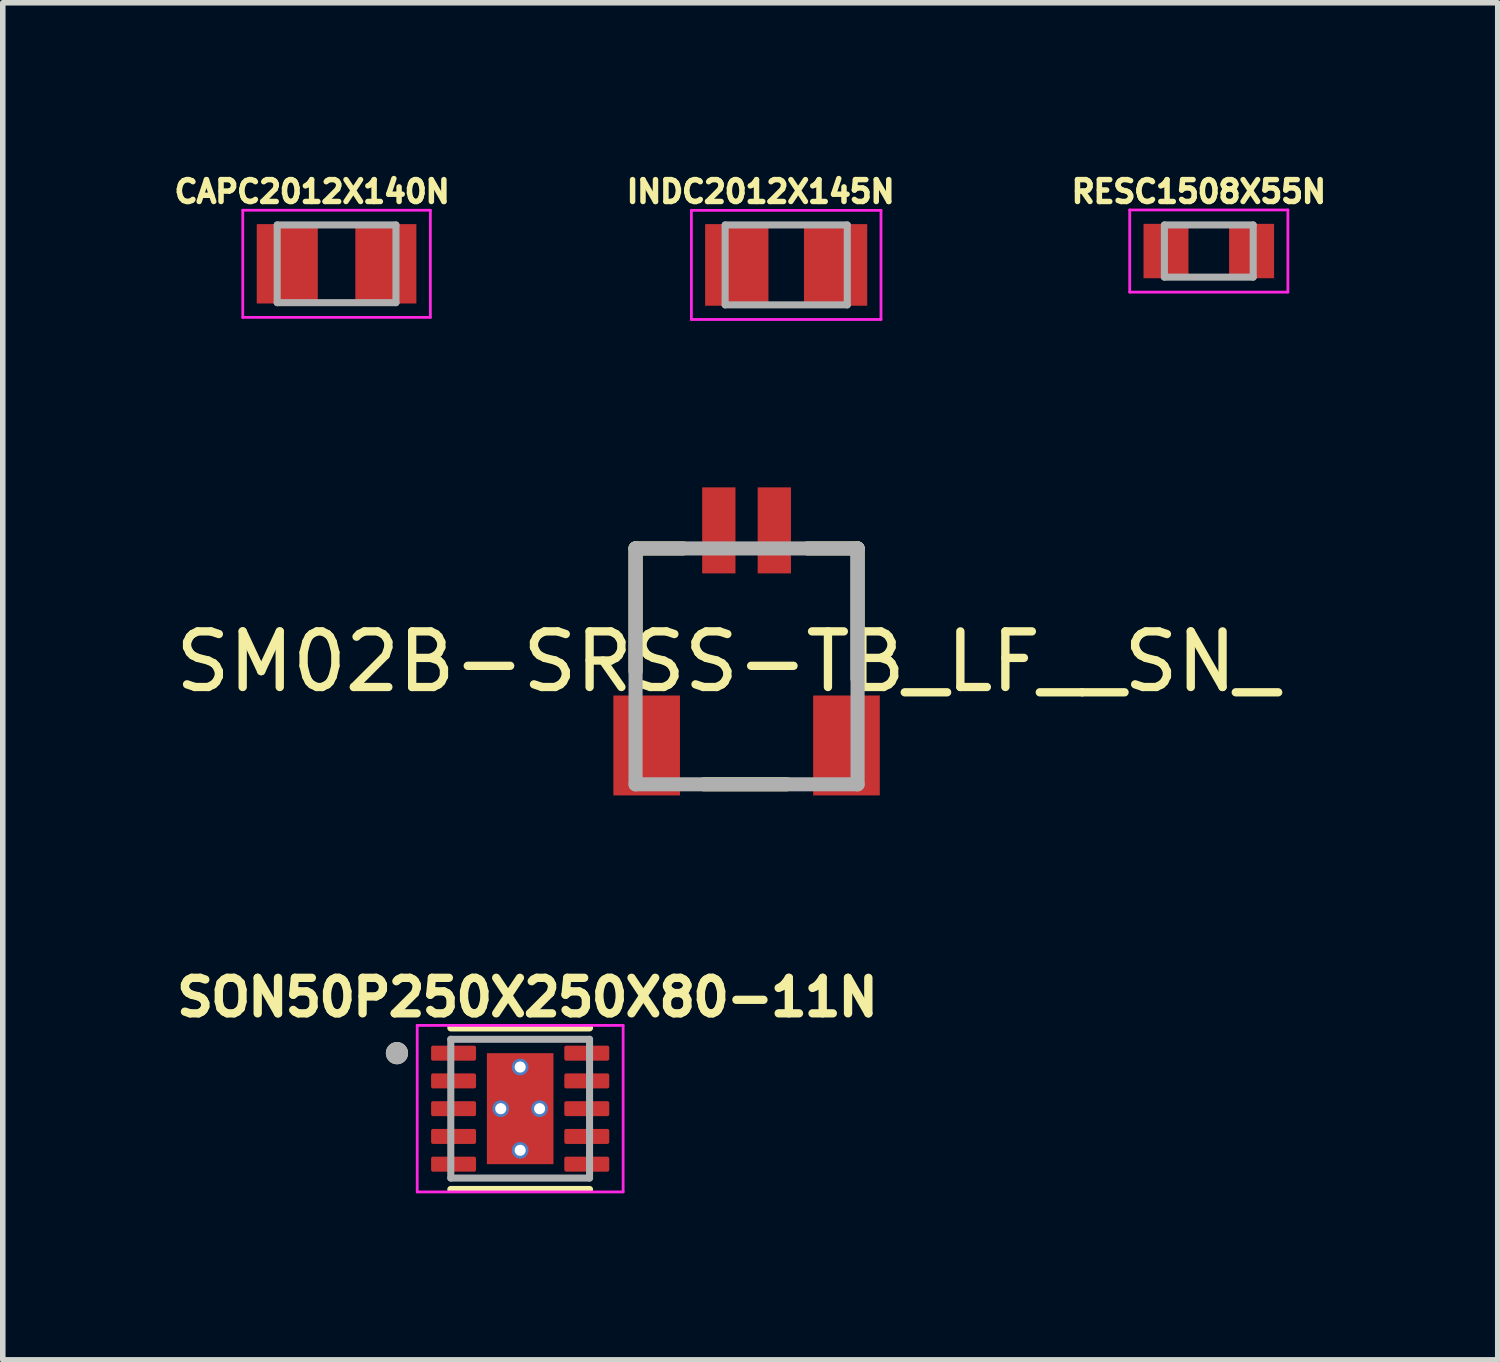
<source format=kicad_pcb>
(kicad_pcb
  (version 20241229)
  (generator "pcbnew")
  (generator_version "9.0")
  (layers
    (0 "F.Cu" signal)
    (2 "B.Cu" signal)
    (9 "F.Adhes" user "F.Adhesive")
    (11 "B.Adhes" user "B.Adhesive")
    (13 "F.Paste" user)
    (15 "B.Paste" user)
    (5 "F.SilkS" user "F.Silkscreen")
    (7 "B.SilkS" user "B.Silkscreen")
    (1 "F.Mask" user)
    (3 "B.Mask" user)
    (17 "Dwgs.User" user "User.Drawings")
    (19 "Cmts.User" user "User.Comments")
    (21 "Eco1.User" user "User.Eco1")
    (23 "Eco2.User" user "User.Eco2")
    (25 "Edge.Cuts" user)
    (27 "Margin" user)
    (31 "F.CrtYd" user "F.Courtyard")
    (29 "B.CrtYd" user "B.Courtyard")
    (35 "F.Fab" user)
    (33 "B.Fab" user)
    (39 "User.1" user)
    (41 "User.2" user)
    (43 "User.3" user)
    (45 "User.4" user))
  (footprint "RESC1508X55N"
    (layer "F.Cu")
    (at 18.729 1.473)
    (property "Reference" "RESC1508X55N" (at -0.18 -1.07 0) (layer "F.SilkS") (effects (font (size 0.394 0.394) (thickness 0.15))))
    (attr smd)
    (fp_line (start -1.425 -0.74) (end 1.425 -0.74) (stroke (width 0.05) (type solid)) (layer "F.CrtYd"))
    (fp_line (start -1.425 0.74) (end -1.425 -0.74) (stroke (width 0.05) (type solid)) (layer "F.CrtYd"))
    (fp_line (start -1.425 0.74) (end 1.425 0.74) (stroke (width 0.05) (type solid)) (layer "F.CrtYd"))
    (fp_line (start 1.425 0.74) (end 1.425 -0.74) (stroke (width 0.05) (type solid)) (layer "F.CrtYd"))
    (fp_line (start -0.8 0.47) (end -0.8 -0.47) (stroke (width 0.127) (type solid)) (layer "F.Fab"))
    (fp_line (start 0.8 -0.47) (end -0.8 -0.47) (stroke (width 0.127) (type solid)) (layer "F.Fab"))
    (fp_line (start 0.8 0.47) (end -0.8 0.47) (stroke (width 0.127) (type solid)) (layer "F.Fab"))
    (fp_line (start 0.8 0.47) (end 0.8 -0.47) (stroke (width 0.127) (type solid)) (layer "F.Fab"))
    (pad "1" smd rect (at -0.771 0) (size 0.81 0.98) (layers "F.Cu" "F.Mask" "F.Paste"))
    (pad "2" smd rect (at 0.771 0) (size 0.81 0.98) (layers "F.Cu" "F.Mask" "F.Paste")))
  (footprint "CAPC2012X140N"
    (layer "F.Cu")
    (at 3.014 1.703)
    (property "Reference" "CAPC2012X140N" (at -0.44 -1.3 0) (layer "F.SilkS") (effects (font (size 0.394 0.394) (thickness 0.15))))
    (attr smd)
    (fp_line (start -1.69 -0.965) (end 1.69 -0.965) (stroke (width 0.05) (type solid)) (layer "F.CrtYd"))
    (fp_line (start -1.69 0.965) (end -1.69 -0.965) (stroke (width 0.05) (type solid)) (layer "F.CrtYd"))
    (fp_line (start -1.69 0.965) (end 1.69 0.965) (stroke (width 0.05) (type solid)) (layer "F.CrtYd"))
    (fp_line (start 1.69 0.965) (end 1.69 -0.965) (stroke (width 0.05) (type solid)) (layer "F.CrtYd"))
    (fp_line (start -1.07 0.7) (end -1.07 -0.7) (stroke (width 0.127) (type solid)) (layer "F.Fab"))
    (fp_line (start 1.07 -0.7) (end -1.07 -0.7) (stroke (width 0.127) (type solid)) (layer "F.Fab"))
    (fp_line (start 1.07 0.7) (end -1.07 0.7) (stroke (width 0.127) (type solid)) (layer "F.Fab"))
    (fp_line (start 1.07 0.7) (end 1.07 -0.7) (stroke (width 0.127) (type solid)) (layer "F.Fab"))
    (pad "1" smd rect (at -0.888 0) (size 1.1 1.43) (layers "F.Cu" "F.Mask" "F.Paste"))
    (pad "2" smd rect (at 0.888 0) (size 1.1 1.43) (layers "F.Cu" "F.Mask" "F.Paste")))
  (footprint "INDC2012X145N"
    (layer "F.Cu")
    (at 11.115 1.723)
    (property "Reference" "INDC2012X145N" (at -0.46 -1.32 0) (layer "F.SilkS") (effects (font (size 0.394 0.394) (thickness 0.15))))
    (attr smd)
    (fp_line (start -1.708 -0.983) (end 1.708 -0.983) (stroke (width 0.05) (type solid)) (layer "F.CrtYd"))
    (fp_line (start -1.708 0.983) (end -1.708 -0.983) (stroke (width 0.05) (type solid)) (layer "F.CrtYd"))
    (fp_line (start -1.708 0.983) (end 1.708 0.983) (stroke (width 0.05) (type solid)) (layer "F.CrtYd"))
    (fp_line (start 1.708 0.983) (end 1.708 -0.983) (stroke (width 0.05) (type solid)) (layer "F.CrtYd"))
    (fp_line (start -1.1 0.72) (end -1.1 -0.72) (stroke (width 0.127) (type solid)) (layer "F.Fab"))
    (fp_line (start 1.1 -0.72) (end -1.1 -0.72) (stroke (width 0.127) (type solid)) (layer "F.Fab"))
    (fp_line (start 1.1 0.72) (end -1.1 0.72) (stroke (width 0.127) (type solid)) (layer "F.Fab"))
    (fp_line (start 1.1 0.72) (end 1.1 -0.72) (stroke (width 0.127) (type solid)) (layer "F.Fab"))
    (pad "1" smd rect (at -0.89 0) (size 1.14 1.47) (layers "F.Cu" "F.Mask" "F.Paste"))
    (pad "2" smd rect (at 0.89 0) (size 1.14 1.47) (layers "F.Cu" "F.Mask" "F.Paste")))
  (footprint "SM02B-SRSS-TB_LF__SN_"
    (layer "F.Cu")
    (at 10.401 8.481)
    (property "Reference" "SM02B-SRSS-TB_LF__SN_" (at -0.347 0.391 0) (layer "F.SilkS") (effects (font (size 1.002 1.002) (thickness 0.15))))
    (attr smd)
    (fp_line (start -2 -1.65) (end -2 0.563) (stroke (width 0.254) (type solid)) (layer "F.SilkS"))
    (fp_line (start -2 -1.65) (end -1.145 -1.65) (stroke (width 0.254) (type solid)) (layer "F.SilkS"))
    (fp_line (start -0.767 2.6) (end 0.722 2.6) (stroke (width 0.254) (type solid)) (layer "F.SilkS"))
    (fp_line (start 2 -1.65) (end 1.1 -1.65) (stroke (width 0.254) (type solid)) (layer "F.SilkS"))
    (fp_line (start 2 -1.65) (end 2 0.697) (stroke (width 0.254) (type solid)) (layer "F.SilkS"))
    (fp_line (start -2 -1.65) (end 2 -1.65) (stroke (width 0.254) (type solid)) (layer "F.Fab"))
    (fp_line (start -2 2.6) (end -2 -1.65) (stroke (width 0.254) (type solid)) (layer "F.Fab"))
    (fp_line (start 2 -1.65) (end 2 2.6) (stroke (width 0.254) (type solid)) (layer "F.Fab"))
    (fp_line (start 2 2.6) (end -2 2.6) (stroke (width 0.254) (type solid)) (layer "F.Fab"))
    (pad "1" smd rect (at -0.5 -1.975) (size 0.6 1.55) (layers "F.Cu" "F.Mask" "F.Paste"))
    (pad "2" smd rect (at 0.5 -1.975) (size 0.6 1.55) (layers "F.Cu" "F.Mask" "F.Paste"))
    (pad "3" smd rect (at -1.8 1.9) (size 1.2 1.8) (layers "F.Cu" "F.Mask" "F.Paste"))
    (pad "4" smd rect (at 1.8 1.9) (size 1.2 1.8) (layers "F.Cu" "F.Mask" "F.Paste")))
  (footprint "SON50P250X250X80-11N"
    (layer "F.Cu")
    (at 6.322 16.925)
    (property "Reference" "SON50P250X250X80-11N" (at 0.132 -2.006 0) (layer "F.SilkS") (effects (font (size 0.64 0.64) (thickness 0.15))))
    (attr smd)
    (fp_line (start -1.25 -1.455) (end 1.25 -1.455) (stroke (width 0.127) (type solid)) (layer "F.SilkS"))
    (fp_line (start -1.25 1.455) (end 1.25 1.455) (stroke (width 0.127) (type solid)) (layer "F.SilkS"))
    (fp_circle (center -2.22 -1) (end -2.12 -1) (stroke (width 0.2) (type solid)) (fill no) (layer "F.SilkS"))
    (fp_poly (pts (xy -0.379 -0.632) (xy 0.379 -0.632) (xy 0.379 0.632) (xy -0.379 0.632)) (stroke (width 0.01) (type solid)) (fill yes) (layer "F.Paste"))
    (fp_line (start -1.855 -1.5) (end -1.855 1.5) (stroke (width 0.05) (type solid)) (layer "F.CrtYd"))
    (fp_line (start -1.855 -1.5) (end 1.855 -1.5) (stroke (width 0.05) (type solid)) (layer "F.CrtYd"))
    (fp_line (start -1.855 1.5) (end 1.855 1.5) (stroke (width 0.05) (type solid)) (layer "F.CrtYd"))
    (fp_line (start 1.855 -1.5) (end 1.855 1.5) (stroke (width 0.05) (type solid)) (layer "F.CrtYd"))
    (fp_line (start -1.25 -1.25) (end -1.25 1.25) (stroke (width 0.127) (type solid)) (layer "F.Fab"))
    (fp_line (start -1.25 -1.25) (end 1.25 -1.25) (stroke (width 0.127) (type solid)) (layer "F.Fab"))
    (fp_line (start -1.25 1.25) (end 1.25 1.25) (stroke (width 0.127) (type solid)) (layer "F.Fab"))
    (fp_line (start 1.25 -1.25) (end 1.25 1.25) (stroke (width 0.127) (type solid)) (layer "F.Fab"))
    (fp_circle (center -2.22 -1) (end -2.12 -1) (stroke (width 0.2) (type solid)) (fill no) (layer "F.Fab"))
    (pad "1" smd roundrect (at -1.2 -1) (size 0.81 0.27) (layers "F.Cu" "F.Mask" "F.Paste") (roundrect_rratio 0.125))
    (pad "2" smd roundrect (at -1.2 -0.5) (size 0.81 0.27) (layers "F.Cu" "F.Mask" "F.Paste") (roundrect_rratio 0.125))
    (pad "3" smd roundrect (at -1.2 0) (size 0.81 0.27) (layers "F.Cu" "F.Mask" "F.Paste") (roundrect_rratio 0.125))
    (pad "4" smd roundrect (at -1.2 0.5) (size 0.81 0.27) (layers "F.Cu" "F.Mask" "F.Paste") (roundrect_rratio 0.125))
    (pad "5" smd roundrect (at -1.2 1) (size 0.81 0.27) (layers "F.Cu" "F.Mask" "F.Paste") (roundrect_rratio 0.125))
    (pad "6" smd roundrect (at 1.2 1) (size 0.81 0.27) (layers "F.Cu" "F.Mask" "F.Paste") (roundrect_rratio 0.125))
    (pad "7" smd roundrect (at 1.2 0.5) (size 0.81 0.27) (layers "F.Cu" "F.Mask" "F.Paste") (roundrect_rratio 0.125))
    (pad "8" smd roundrect (at 1.2 0) (size 0.81 0.27) (layers "F.Cu" "F.Mask" "F.Paste") (roundrect_rratio 0.125))
    (pad "9" smd roundrect (at 1.2 -0.5) (size 0.81 0.27) (layers "F.Cu" "F.Mask" "F.Paste") (roundrect_rratio 0.125))
    (pad "10" smd roundrect (at 1.2 -1) (size 0.81 0.27) (layers "F.Cu" "F.Mask" "F.Paste") (roundrect_rratio 0.125))
    (pad "11" smd rect (at 0 0) (size 1.2 2) (layers "F.Cu" "F.Mask"))
    (pad "12" thru_hole circle (at 0.35 0) (size 0.3 0.3) (drill 0.2) (layers "*.Cu"))
    (pad "13" thru_hole circle (at -0.35 0) (size 0.3 0.3) (drill 0.2) (layers "*.Cu"))
    (pad "14" thru_hole circle (at 0 -0.75) (size 0.3 0.3) (drill 0.2) (layers "*.Cu"))
    (pad "15" thru_hole circle (at 0 0.75) (size 0.3 0.3) (drill 0.2) (layers "*.Cu")))
  (gr_rect
    (start -3 -3)
    (end 23.935 21.45)
    (stroke (width 0.1) (type default))
    (fill no)
    (layer "Edge.Cuts")))
</source>
